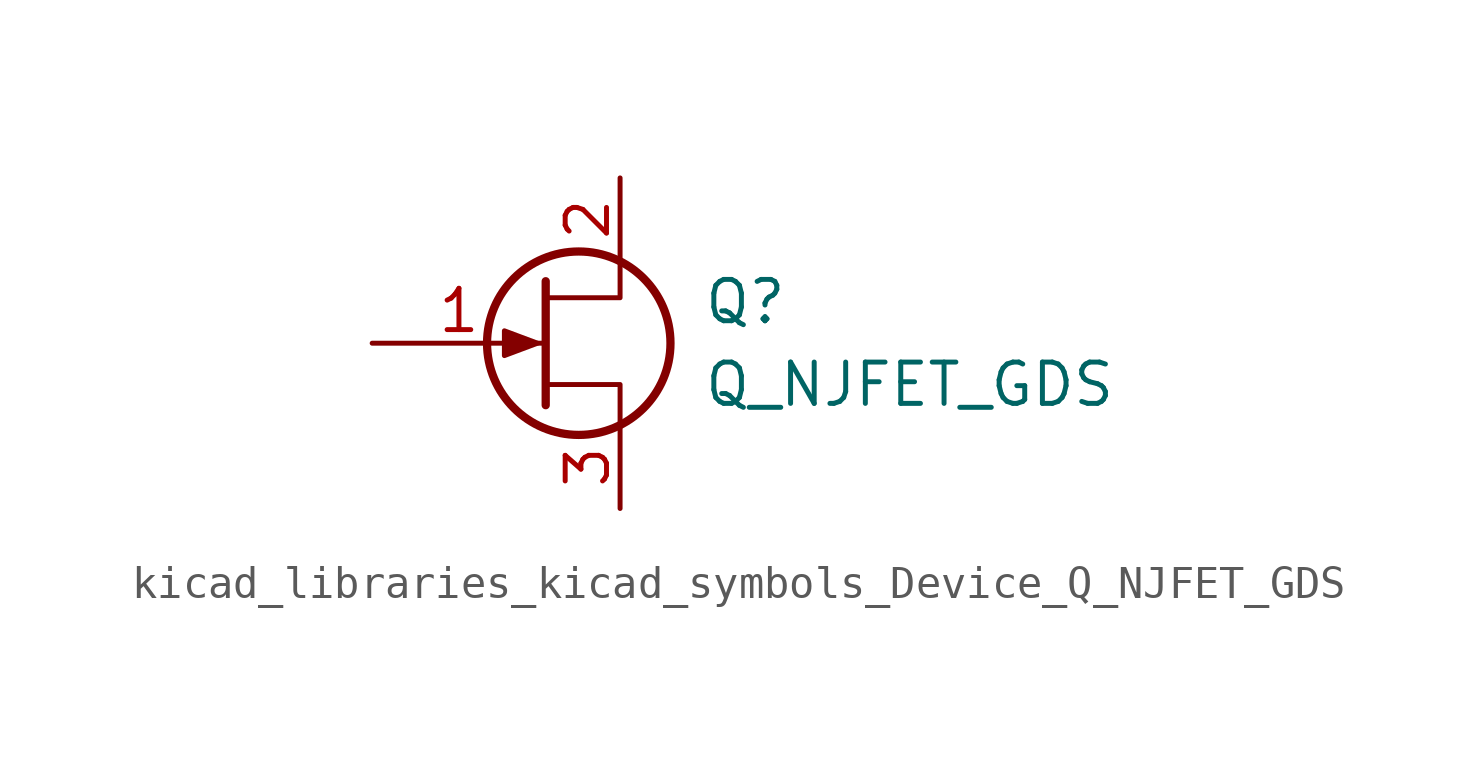
<source format=kicad_sym>
(kicad_symbol_lib
  (version 20220914)
  (generator kicad_symbol_editor)
  (symbol "kicad_libraries_kicad_symbols_Device_Q_NJFET_GDS"
    (pin_names
      (offset 0) hide)
    (property "Reference" "Q"
      (at 5.08 1.27 0)
      (effects (font (size 1.27 1.27)) (justify left)))
    (property "Value" "Q_NJFET_GDS"
      (at 5.08 -1.27 0)
      (effects (font (size 1.27 1.27)) (justify left)))
    (symbol "kicad_libraries_kicad_symbols_Device_Q_NJFET_GDS_0_1"
      (polyline (pts (xy 0.254 1.905) (xy 0.254 -1.905) (xy 0.254 -1.905)) (stroke (width 0.254) (type default)) (fill (type none)))
      (polyline (pts (xy 2.54 -2.54) (xy 2.54 -1.27) (xy 0.254 -1.27)) (stroke (width 0) (type default)) (fill (type none)))
      (polyline (pts (xy 2.54 2.54) (xy 2.54 1.397) (xy 0.254 1.397)) (stroke (width 0) (type default)) (fill (type none)))
      (polyline (pts (xy 0 0) (xy -1.016 0.381) (xy -1.016 -0.381) (xy 0 0)) (stroke (width 0) (type default)) (fill (type outline)))
      (circle (center 1.27 0) (radius 2.819) (stroke (width 0.254) (type default)) (fill (type none))))
    (symbol "kicad_libraries_kicad_symbols_Device_Q_NJFET_GDS_1_1"
      (pin input line (at -5.08 0 0) (length 5.334) (name "G" (effects (font (size 1.27 1.27)))) (number "1" (effects (font (size 1.27 1.27)))))
      (pin passive line (at 2.54 5.08 270) (length 2.54) (name "D" (effects (font (size 1.27 1.27)))) (number "2" (effects (font (size 1.27 1.27)))))
      (pin passive line (at 2.54 -5.08 90) (length 2.54) (name "S" (effects (font (size 1.27 1.27)))) (number "3" (effects (font (size 1.27 1.27))))))))
</source>
